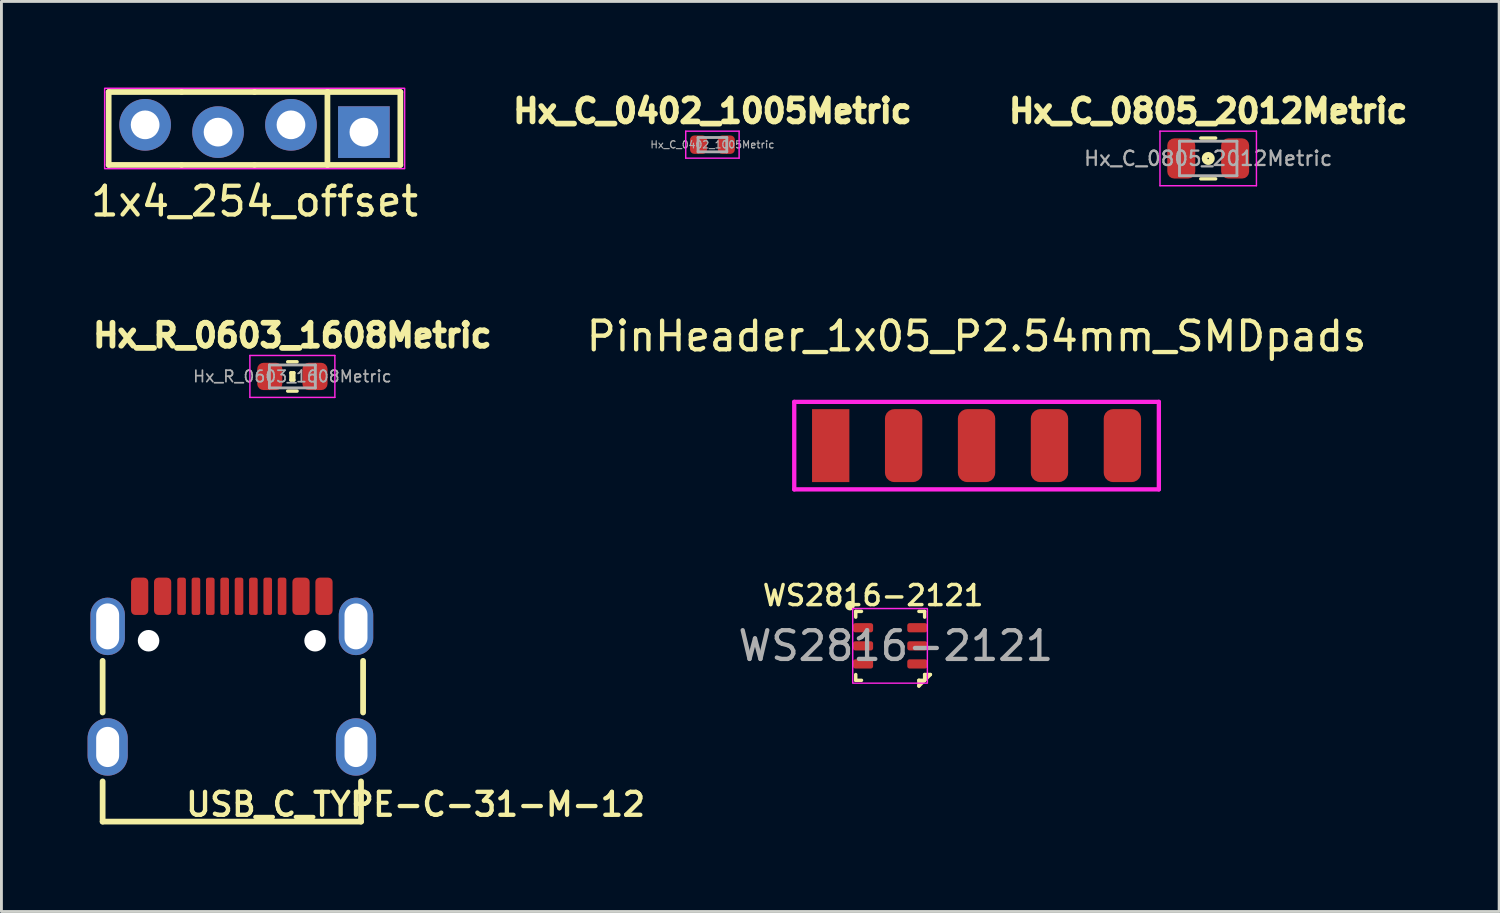
<source format=kicad_pcb>
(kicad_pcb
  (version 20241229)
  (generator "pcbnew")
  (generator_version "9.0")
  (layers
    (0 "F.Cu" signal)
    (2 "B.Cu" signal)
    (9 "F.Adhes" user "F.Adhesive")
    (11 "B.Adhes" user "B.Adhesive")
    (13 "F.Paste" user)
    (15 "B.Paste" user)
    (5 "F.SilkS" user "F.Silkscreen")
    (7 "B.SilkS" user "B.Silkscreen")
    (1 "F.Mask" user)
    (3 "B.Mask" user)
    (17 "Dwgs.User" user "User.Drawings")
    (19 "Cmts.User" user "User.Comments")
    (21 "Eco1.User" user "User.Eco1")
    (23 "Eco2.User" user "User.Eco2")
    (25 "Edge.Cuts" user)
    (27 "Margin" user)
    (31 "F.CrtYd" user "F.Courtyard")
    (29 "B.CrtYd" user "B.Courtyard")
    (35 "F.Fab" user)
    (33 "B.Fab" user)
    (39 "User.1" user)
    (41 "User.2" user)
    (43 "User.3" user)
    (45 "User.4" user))
  (footprint "1x4_254_offset"
    (layer "F.Cu")
    (at 5.815 1.425)
    (property "Reference" "1x4_254_offset" (at 0 2.54 0) (layer "F.SilkS") (effects (font (size 1 1) (thickness 0.15))))
    (attr through_hole)
    (fp_line (start -5.08 -1.27) (end -5.08 1.27) (stroke (width 0.2) (type solid)) (layer "F.SilkS"))
    (fp_line (start -5.08 1.27) (end -2.54 1.27) (stroke (width 0.2) (type solid)) (layer "F.SilkS"))
    (fp_line (start -2.54 -1.27) (end -5.08 -1.27) (stroke (width 0.2) (type solid)) (layer "F.SilkS"))
    (fp_line (start -2.54 1.27) (end 0 1.27) (stroke (width 0.2) (type solid)) (layer "F.SilkS"))
    (fp_line (start 0 -1.27) (end -2.54 -1.27) (stroke (width 0.2) (type solid)) (layer "F.SilkS"))
    (fp_line (start 0 1.27) (end 2.54 1.27) (stroke (width 0.2) (type solid)) (layer "F.SilkS"))
    (fp_line (start 2.54 -1.27) (end 0 -1.27) (stroke (width 0.2) (type solid)) (layer "F.SilkS"))
    (fp_line (start 2.54 -1.27) (end 5.08 -1.27) (stroke (width 0.2) (type solid)) (layer "F.SilkS"))
    (fp_line (start 2.54 1.27) (end 2.54 -1.27) (stroke (width 0.2) (type solid)) (layer "F.SilkS"))
    (fp_line (start 5.08 -1.27) (end 5.08 1.27) (stroke (width 0.2) (type solid)) (layer "F.SilkS"))
    (fp_line (start 5.08 1.27) (end 2.54 1.27) (stroke (width 0.2) (type solid)) (layer "F.SilkS"))
    (fp_rect (start -5.22 -1.4) (end 5.23 1.4) (stroke (width 0.05) (type solid)) (fill no) (layer "F.CrtYd"))
    (pad "1" thru_hole rect (at 3.81 0.127) (size 1.8 1.8) (drill 1) (layers "*.Cu" "*.Mask"))
    (pad "2" thru_hole circle (at 1.27 -0.127) (size 1.8 1.8) (drill 1) (layers "*.Cu" "*.Mask"))
    (pad "3" thru_hole circle (at -1.27 0.127) (size 1.8 1.8) (drill 1) (layers "*.Cu" "*.Mask"))
    (pad "4" thru_hole circle (at -3.81 -0.127) (size 1.8 1.8) (drill 1) (layers "*.Cu" "*.Mask")))
  (footprint "PinHeader_1x05_P2.54mm_SMDpads"
    (layer "F.Cu")
    (at 30.965 12.472)
    (property "Reference" "PinHeader_1x05_P2.54mm_SMDpads" (at 0 -3.81 0) (layer "F.SilkS") (effects (font (size 1 1) (thickness 0.15))))
    (attr through_hole)
    (fp_line (start -6.35 -1.524) (end -6.35 1.524) (stroke (width 0.15) (type solid)) (layer "F.CrtYd"))
    (fp_line (start -6.35 1.524) (end 6.35 1.524) (stroke (width 0.15) (type solid)) (layer "F.CrtYd"))
    (fp_line (start 6.35 -1.524) (end -6.35 -1.524) (stroke (width 0.15) (type solid)) (layer "F.CrtYd"))
    (fp_line (start 6.35 1.524) (end 6.35 -1.524) (stroke (width 0.15) (type solid)) (layer "F.CrtYd"))
    (pad "1" smd rect (at -5.08 0 180) (size 1.3 2.54) (layers "F.Cu" "F.Mask" "F.Paste"))
    (pad "2" smd roundrect (at -2.54 0 180) (size 1.3 2.54) (layers "F.Cu" "F.Mask" "F.Paste") (roundrect_rratio 0.25))
    (pad "3" smd roundrect (at 0 0 180) (size 1.3 2.54) (layers "F.Cu" "F.Mask" "F.Paste") (roundrect_rratio 0.25))
    (pad "4" smd roundrect (at 2.54 0 180) (size 1.3 2.54) (layers "F.Cu" "F.Mask" "F.Paste") (roundrect_rratio 0.25))
    (pad "5" smd roundrect (at 5.08 0 180) (size 1.3 2.54) (layers "F.Cu" "F.Mask" "F.Paste") (roundrect_rratio 0.25)))
  (footprint "Hx_C_0805_2012Metric"
    (layer "F.Cu")
    (at 39.034 2.469)
    (property "Reference" "Hx_C_0805_2012Metric" (at 0 -1.65 180) (layer "F.SilkS") (effects (font (size 0.8 0.8) (thickness 0.2))))
    (attr smd)
    (fp_line (start -0.259 -0.71) (end 0.259 -0.71) (stroke (width 0.12) (type solid)) (layer "F.SilkS"))
    (fp_line (start -0.259 0.71) (end 0.259 0.71) (stroke (width 0.12) (type solid)) (layer "F.SilkS"))
    (fp_circle (center 0 0) (end 0.127 0) (stroke (width 0.2) (type solid)) (fill no) (layer "F.SilkS"))
    (fp_line (start -1.68 -0.95) (end 1.68 -0.95) (stroke (width 0.05) (type solid)) (layer "F.CrtYd"))
    (fp_line (start -1.68 0.95) (end -1.68 -0.95) (stroke (width 0.05) (type solid)) (layer "F.CrtYd"))
    (fp_line (start 1.68 -0.95) (end 1.68 0.95) (stroke (width 0.05) (type solid)) (layer "F.CrtYd"))
    (fp_line (start 1.68 0.95) (end -1.68 0.95) (stroke (width 0.05) (type solid)) (layer "F.CrtYd"))
    (fp_line (start -1 -0.6) (end 1 -0.6) (stroke (width 0.1) (type solid)) (layer "F.Fab"))
    (fp_line (start -1 0.6) (end -1 -0.6) (stroke (width 0.1) (type solid)) (layer "F.Fab"))
    (fp_line (start 1 -0.6) (end 1 0.6) (stroke (width 0.1) (type solid)) (layer "F.Fab"))
    (fp_line (start 1 0.6) (end -1 0.6) (stroke (width 0.1) (type solid)) (layer "F.Fab"))
    (fp_text user "${REFERENCE}" (at 0 0 180) (layer "F.Fab") (effects (font (size 0.5 0.5) (thickness 0.08))))
    (pad "1" smd roundrect (at -0.938 0) (size 0.975 1.4) (layers "F.Cu" "F.Mask" "F.Paste") (roundrect_rratio 0.25))
    (pad "2" smd roundrect (at 0.938 0) (size 0.975 1.4) (layers "F.Cu" "F.Mask" "F.Paste") (roundrect_rratio 0.25)))
  (footprint "USB_C_TYPE-C-31-M-12"
    (layer "F.Cu")
    (at 5.025 22.968)
    (property "Reference" "USB_C_TYPE-C-31-M-12" (at 6.4 2 180) (layer "F.SilkS") (effects (font (size 0.8 0.8) (thickness 0.15))))
    (attr through_hole)
    (fp_line (start -4.5 -3) (end -4.5 -1.2) (stroke (width 0.2) (type solid)) (layer "F.SilkS"))
    (fp_line (start -4.5 2.6) (end -4.5 1.2) (stroke (width 0.2) (type solid)) (layer "F.SilkS"))
    (fp_line (start -4.5 2.6) (end 4.5 2.6) (stroke (width 0.2) (type solid)) (layer "F.SilkS"))
    (fp_line (start 4.5 2.6) (end 4.5 1.2) (stroke (width 0.2) (type solid)) (layer "F.SilkS"))
    (fp_line (start 4.572 -1.2) (end 4.572 -3) (stroke (width 0.2) (type solid)) (layer "F.SilkS"))
    (pad "" np_thru_hole circle (at -2.9 -3.7) (size 0.75 0.75) (drill 0.75) (layers "*.Cu" "*.Mask"))
    (pad "" np_thru_hole circle (at 2.9 -3.7) (size 0.75 0.75) (drill 0.75) (layers "*.Cu" "*.Mask"))
    (pad "A1B12" smd roundrect (at -3.21 -5.248) (size 0.6 1.3) (layers "F.Cu" "F.Mask" "F.Paste") (roundrect_rratio 0.25))
    (pad "A4B9" smd roundrect (at -2.41 -5.248) (size 0.6 1.3) (layers "F.Cu" "F.Mask" "F.Paste") (roundrect_rratio 0.25))
    (pad "A5" smd roundrect (at -1.25 -5.248) (size 0.3 1.3) (layers "F.Cu" "F.Mask" "F.Paste") (roundrect_rratio 0.25))
    (pad "A6" smd roundrect (at -0.25 -5.248) (size 0.3 1.3) (layers "F.Cu" "F.Mask" "F.Paste") (roundrect_rratio 0.25))
    (pad "A7" smd roundrect (at 0.25 -5.248) (size 0.3 1.3) (layers "F.Cu" "F.Mask" "F.Paste") (roundrect_rratio 0.25))
    (pad "A8" smd roundrect (at 1.25 -5.248) (size 0.3 1.3) (layers "F.Cu" "F.Mask" "F.Paste") (roundrect_rratio 0.25))
    (pad "A9B4" smd roundrect (at 2.41 -5.248) (size 0.6 1.3) (layers "F.Cu" "F.Mask" "F.Paste") (roundrect_rratio 0.25))
    (pad "A12B1" smd roundrect (at 3.21 -5.248) (size 0.6 1.3) (layers "F.Cu" "F.Mask" "F.Paste") (roundrect_rratio 0.25))
    (pad "B5" smd roundrect (at 1.75 -5.248) (size 0.3 1.3) (layers "F.Cu" "F.Mask" "F.Paste") (roundrect_rratio 0.25))
    (pad "B6" smd roundrect (at 0.75 -5.248) (size 0.3 1.3) (layers "F.Cu" "F.Mask" "F.Paste") (roundrect_rratio 0.25))
    (pad "B7" smd roundrect (at -0.75 -5.248) (size 0.3 1.3) (layers "F.Cu" "F.Mask" "F.Paste") (roundrect_rratio 0.25))
    (pad "B8" smd roundrect (at -1.75 -5.248) (size 0.3 1.3) (layers "F.Cu" "F.Mask" "F.Paste") (roundrect_rratio 0.25))
    (pad "SH" thru_hole oval (at -4.325 -4.2) (size 1.2 2) (drill oval 0.8 1.6) (layers "*.Cu" "*.Mask"))
    (pad "SH" thru_hole oval (at -4.325 0) (size 1.4 2) (drill oval 0.8 1.4) (layers "*.Cu" "*.Mask"))
    (pad "SH" thru_hole oval (at 4.325 -4.2) (size 1.2 2) (drill oval 0.8 1.6) (layers "*.Cu" "*.Mask"))
    (pad "SH" thru_hole oval (at 4.325 0) (size 1.4 2) (drill oval 0.8 1.4) (layers "*.Cu" "*.Mask")))
  (footprint "Hx_C_0402_1005Metric"
    (layer "F.Cu")
    (at 21.765 1.989)
    (property "Reference" "Hx_C_0402_1005Metric" (at 0 -1.17 0) (layer "F.SilkS") (effects (font (size 0.8 0.8) (thickness 0.2))))
    (attr smd)
    (fp_line (start -0.93 -0.47) (end 0.93 -0.47) (stroke (width 0.05) (type solid)) (layer "F.CrtYd"))
    (fp_line (start -0.93 0.47) (end -0.93 -0.47) (stroke (width 0.05) (type solid)) (layer "F.CrtYd"))
    (fp_line (start 0.93 -0.47) (end 0.93 0.47) (stroke (width 0.05) (type solid)) (layer "F.CrtYd"))
    (fp_line (start 0.93 0.47) (end -0.93 0.47) (stroke (width 0.05) (type solid)) (layer "F.CrtYd"))
    (fp_line (start -0.5 -0.25) (end 0.5 -0.25) (stroke (width 0.1) (type solid)) (layer "F.Fab"))
    (fp_line (start -0.5 0.25) (end -0.5 -0.25) (stroke (width 0.1) (type solid)) (layer "F.Fab"))
    (fp_line (start 0.5 -0.25) (end 0.5 0.25) (stroke (width 0.1) (type solid)) (layer "F.Fab"))
    (fp_line (start 0.5 0.25) (end -0.5 0.25) (stroke (width 0.1) (type solid)) (layer "F.Fab"))
    (fp_text user "${REFERENCE}" (at 0 0 0) (layer "F.Fab") (effects (font (size 0.25 0.25) (thickness 0.04))))
    (pad "1" smd roundrect (at -0.485 0) (size 0.59 0.64) (layers "F.Cu" "F.Mask" "F.Paste") (roundrect_rratio 0.25))
    (pad "2" smd roundrect (at 0.485 0) (size 0.59 0.64) (layers "F.Cu" "F.Mask" "F.Paste") (roundrect_rratio 0.25)))
  (footprint "Hx_R_0603_1608Metric"
    (layer "F.Cu")
    (at 7.134 10.062)
    (property "Reference" "Hx_R_0603_1608Metric" (at 0 -1.43 0) (layer "F.SilkS") (effects (font (size 0.8 0.8) (thickness 0.2))))
    (attr smd)
    (fp_line (start -0.163 -0.51) (end 0.163 -0.51) (stroke (width 0.12) (type solid)) (layer "F.SilkS"))
    (fp_line (start -0.163 0.51) (end 0.163 0.51) (stroke (width 0.12) (type solid)) (layer "F.SilkS"))
    (fp_line (start -0.05 -0.127) (end -0.05 0.127) (stroke (width 0.12) (type solid)) (layer "F.SilkS"))
    (fp_line (start -0.05 0.127) (end 0.05 0.127) (stroke (width 0.12) (type solid)) (layer "F.SilkS"))
    (fp_line (start 0.05 -0.127) (end -0.05 -0.127) (stroke (width 0.12) (type solid)) (layer "F.SilkS"))
    (fp_line (start 0.05 0.127) (end 0.05 -0.127) (stroke (width 0.12) (type solid)) (layer "F.SilkS"))
    (fp_line (start -1.48 -0.73) (end 1.48 -0.73) (stroke (width 0.05) (type solid)) (layer "F.CrtYd"))
    (fp_line (start -1.48 0.73) (end -1.48 -0.73) (stroke (width 0.05) (type solid)) (layer "F.CrtYd"))
    (fp_line (start 1.48 -0.73) (end 1.48 0.73) (stroke (width 0.05) (type solid)) (layer "F.CrtYd"))
    (fp_line (start 1.48 0.73) (end -1.48 0.73) (stroke (width 0.05) (type solid)) (layer "F.CrtYd"))
    (fp_line (start -0.8 -0.4) (end 0.8 -0.4) (stroke (width 0.1) (type solid)) (layer "F.Fab"))
    (fp_line (start -0.8 0.4) (end -0.8 -0.4) (stroke (width 0.1) (type solid)) (layer "F.Fab"))
    (fp_line (start 0.8 -0.4) (end 0.8 0.4) (stroke (width 0.1) (type solid)) (layer "F.Fab"))
    (fp_line (start 0.8 0.4) (end -0.8 0.4) (stroke (width 0.1) (type solid)) (layer "F.Fab"))
    (fp_text user "${REFERENCE}" (at 0 0 0) (layer "F.Fab") (effects (font (size 0.4 0.4) (thickness 0.06))))
    (pad "1" smd roundrect (at -0.787 0) (size 0.875 0.95) (layers "F.Cu" "F.Mask" "F.Paste") (roundrect_rratio 0.25))
    (pad "2" smd roundrect (at 0.787 0) (size 0.875 0.95) (layers "F.Cu" "F.Mask" "F.Paste") (roundrect_rratio 0.25)))
  (footprint "WS2816-2121"
    (layer "F.Cu")
    (at 28.002 19.446)
    (property "Reference" "WS2816-2121" (at -0.64 -1.755 0) (unlocked yes) (layer "F.SilkS") (effects (font (size 0.7 0.7) (thickness 0.12))))
    (attr smd)
    (fp_line (start -1.245 -1.2) (end -1.045 -1.2) (stroke (width 0.12) (type solid)) (layer "F.SilkS"))
    (fp_line (start -1.245 -1) (end -1.245 -1.2) (stroke (width 0.12) (type solid)) (layer "F.SilkS"))
    (fp_line (start -1.245 1.2) (end -1.245 1) (stroke (width 0.12) (type solid)) (layer "F.SilkS"))
    (fp_line (start -1.045 1.2) (end -1.245 1.2) (stroke (width 0.12) (type solid)) (layer "F.SilkS"))
    (fp_line (start 0.955 -1.2) (end 1.155 -1.2) (stroke (width 0.12) (type solid)) (layer "F.SilkS"))
    (fp_line (start 0.955 1.2) (end 0.955 1.4) (stroke (width 0.12) (type solid)) (layer "F.SilkS"))
    (fp_line (start 0.955 1.4) (end 1.355 1) (stroke (width 0.12) (type solid)) (layer "F.SilkS"))
    (fp_line (start 1.155 -1.2) (end 1.155 -1) (stroke (width 0.12) (type solid)) (layer "F.SilkS"))
    (fp_line (start 1.155 1) (end 1.155 1.2) (stroke (width 0.12) (type solid)) (layer "F.SilkS"))
    (fp_line (start 1.155 1.2) (end 0.955 1.2) (stroke (width 0.12) (type solid)) (layer "F.SilkS"))
    (fp_line (start 1.355 1) (end 1.155 1) (stroke (width 0.12) (type solid)) (layer "F.SilkS"))
    (fp_circle (center -1.445 -1.4) (end -1.55 -1.4) (stroke (width 0.12) (type solid)) (fill yes) (layer "F.SilkS"))
    (fp_rect (start -1.35 -1.3) (end 1.25 1.3) (stroke (width 0.05) (type default)) (fill no) (layer "F.CrtYd"))
    (fp_text user "${REFERENCE}" (at 0.15 0 0) (unlocked yes) (layer "F.Fab") (effects (font (size 1 1) (thickness 0.15))))
    (pad "1" smd roundrect (at -0.99 -0.63 90) (size 0.32 0.7) (layers "F.Cu" "F.Mask" "F.Paste") (roundrect_rratio 0.25))
    (pad "2" smd roundrect (at -0.99 0 90) (size 0.32 0.7) (layers "F.Cu" "F.Mask" "F.Paste") (roundrect_rratio 0.25))
    (pad "3" smd roundrect (at -0.99 0.63 90) (size 0.32 0.7) (layers "F.Cu" "F.Mask" "F.Paste") (roundrect_rratio 0.25))
    (pad "4" smd roundrect (at 0.9 0.63 90) (size 0.32 0.7) (layers "F.Cu" "F.Mask" "F.Paste") (roundrect_rratio 0.25))
    (pad "5" smd roundrect (at 0.9 0 90) (size 0.32 0.7) (layers "F.Cu" "F.Mask" "F.Paste") (roundrect_rratio 0.25))
    (pad "6" smd roundrect (at 0.9 -0.63 90) (size 0.32 0.7) (layers "F.Cu" "F.Mask" "F.Paste") (roundrect_rratio 0.25)))
  (gr_rect
    (start -3 -3)
    (end 49.168 28.7)
    (stroke (width 0.1) (type default))
    (fill no)
    (layer "Edge.Cuts")))
</source>
